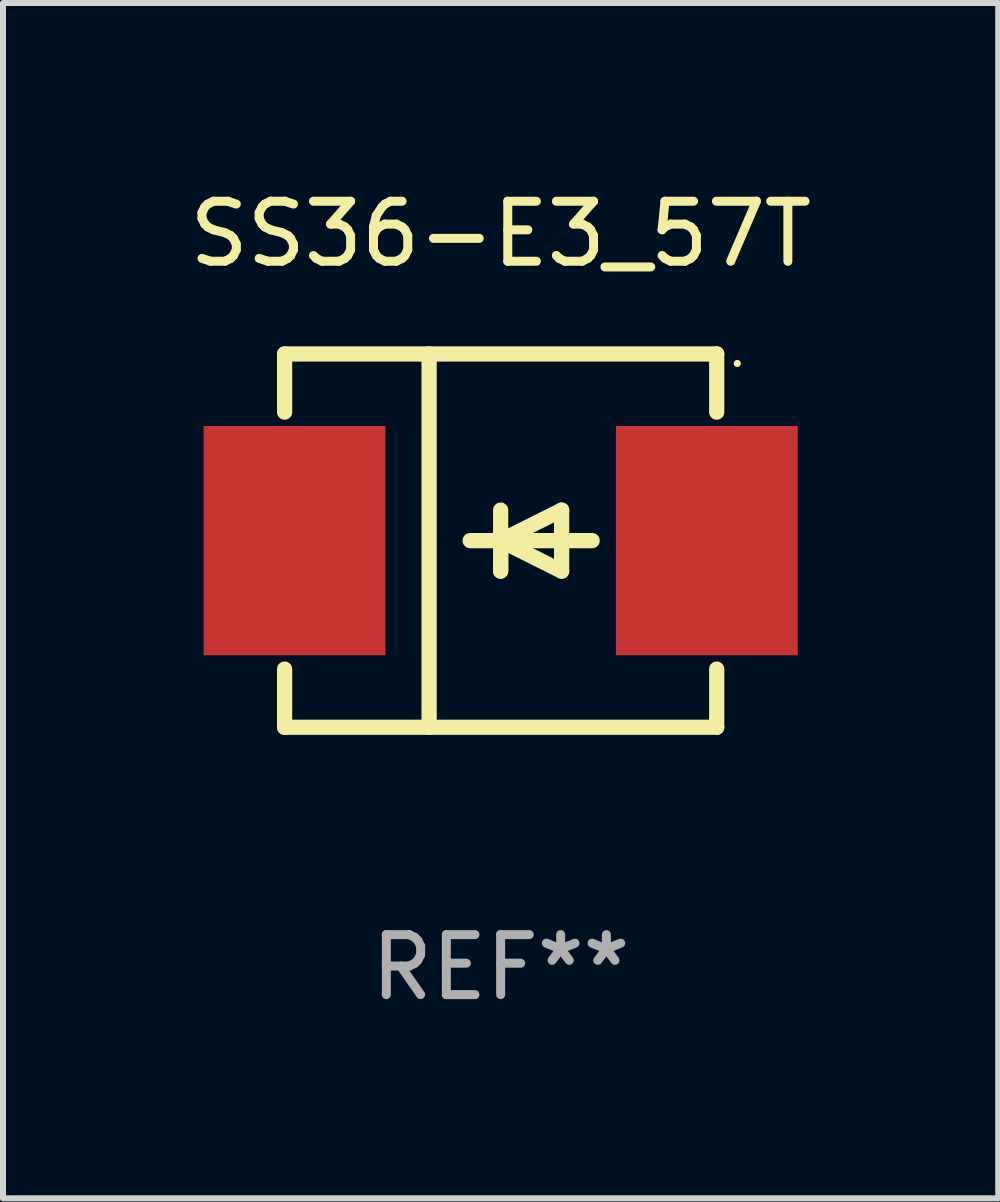
<source format=kicad_pcb>
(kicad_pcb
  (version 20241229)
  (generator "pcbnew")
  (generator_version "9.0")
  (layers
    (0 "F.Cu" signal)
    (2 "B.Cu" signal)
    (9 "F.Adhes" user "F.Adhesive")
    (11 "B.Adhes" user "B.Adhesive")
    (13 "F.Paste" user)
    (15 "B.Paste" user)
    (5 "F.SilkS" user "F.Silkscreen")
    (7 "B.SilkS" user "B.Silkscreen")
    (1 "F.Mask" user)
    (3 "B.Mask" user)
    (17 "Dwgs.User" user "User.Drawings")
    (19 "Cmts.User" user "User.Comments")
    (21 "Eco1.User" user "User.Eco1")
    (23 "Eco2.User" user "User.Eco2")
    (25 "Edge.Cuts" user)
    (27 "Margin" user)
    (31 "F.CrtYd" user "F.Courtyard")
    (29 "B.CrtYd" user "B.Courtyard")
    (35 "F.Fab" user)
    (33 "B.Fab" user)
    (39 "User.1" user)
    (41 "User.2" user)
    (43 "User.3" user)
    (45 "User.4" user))
  (footprint "SS36-E3_57T"
    (layer "F.Cu")
    (at 5.292 5.958)
    (property "Reference" "SS36-E3_57T" (at 0 -5.11 0) (layer "F.SilkS") (effects (font (size 1 1) (thickness 0.15))))
    (attr through_hole)
    (fp_line (start -3.6 -3.11) (end -3.6 -2.141) (stroke (width 0.254) (type solid)) (layer "F.SilkS"))
    (fp_line (start -3.6 -3.11) (end 3.6 -3.11) (stroke (width 0.254) (type solid)) (layer "F.SilkS"))
    (fp_line (start -3.6 2.141) (end -3.6 3.11) (stroke (width 0.254) (type solid)) (layer "F.SilkS"))
    (fp_line (start -3.6 3.11) (end 3.6 3.11) (stroke (width 0.254) (type solid)) (layer "F.SilkS"))
    (fp_line (start -1.192 -3.11) (end -1.192 3.11) (stroke (width 0.254) (type solid)) (layer "F.SilkS"))
    (fp_line (start 0 0) (end 0 0.508) (stroke (width 0.254) (type solid)) (layer "F.SilkS"))
    (fp_line (start 0 0) (end 1.016 0.508) (stroke (width 0.254) (type solid)) (layer "F.SilkS"))
    (fp_line (start 0 0.508) (end 0 -0.508) (stroke (width 0.254) (type solid)) (layer "F.SilkS"))
    (fp_line (start 1.016 -0.508) (end 0 0) (stroke (width 0.254) (type solid)) (layer "F.SilkS"))
    (fp_line (start 1.016 0.508) (end 1.016 -0.508) (stroke (width 0.254) (type solid)) (layer "F.SilkS"))
    (fp_line (start 1.524 0) (end -0.508 0) (stroke (width 0.254) (type solid)) (layer "F.SilkS"))
    (fp_line (start 3.6 -3.11) (end 3.6 -2.141) (stroke (width 0.254) (type solid)) (layer "F.SilkS"))
    (fp_line (start 3.6 2.141) (end 3.6 3.11) (stroke (width 0.254) (type solid)) (layer "F.SilkS"))
    (fp_circle (center 3.943 -2.952) (end 3.973 -2.952) (stroke (width 0.06) (type solid)) (fill no) (layer "F.SilkS"))
    (fp_text user "REF**" (at 0 7.11 0) (layer "F.Fab") (effects (font (size 1 1) (thickness 0.15))))
    (pad "1" smd rect (at 3.435 0 180) (size 3.03 3.82) (layers "F.Cu" "F.Mask" "F.Paste"))
    (pad "2" smd rect (at -3.435 0 180) (size 3.03 3.82) (layers "F.Cu" "F.Mask" "F.Paste")))
  (gr_rect
    (start -3 -3)
    (end 13.583 16.917)
    (stroke (width 0.1) (type default))
    (fill no)
    (layer "Edge.Cuts")))
</source>
